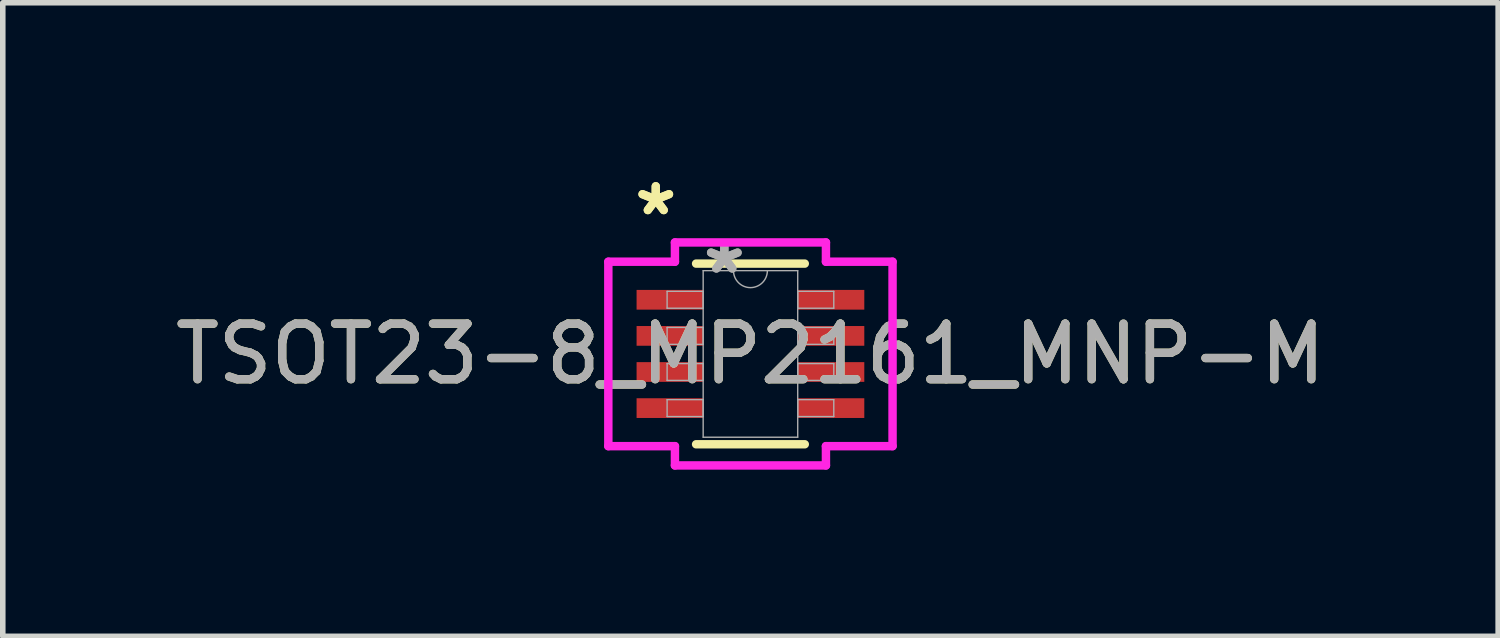
<source format=kicad_pcb>
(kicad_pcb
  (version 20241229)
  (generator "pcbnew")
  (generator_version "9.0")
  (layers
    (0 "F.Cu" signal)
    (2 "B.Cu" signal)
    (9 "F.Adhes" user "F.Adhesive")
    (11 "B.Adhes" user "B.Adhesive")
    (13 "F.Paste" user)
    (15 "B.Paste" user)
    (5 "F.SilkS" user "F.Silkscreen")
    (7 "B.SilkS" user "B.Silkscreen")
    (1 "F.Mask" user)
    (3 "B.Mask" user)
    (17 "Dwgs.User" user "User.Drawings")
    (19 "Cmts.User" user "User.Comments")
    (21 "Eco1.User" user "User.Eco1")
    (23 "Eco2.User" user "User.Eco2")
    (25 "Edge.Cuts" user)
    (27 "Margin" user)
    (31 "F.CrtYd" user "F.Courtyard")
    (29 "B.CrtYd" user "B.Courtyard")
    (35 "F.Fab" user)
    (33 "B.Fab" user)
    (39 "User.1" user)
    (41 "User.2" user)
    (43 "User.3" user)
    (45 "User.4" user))
  (footprint "TSOT23-8_MP2161_MNP-M"
    (layer "F.Cu")
    (at 10.458 3.321)
    (property "Reference" "TSOT23-8_MP2161_MNP-M" (at 0 0 0) (unlocked yes) (layer "F.SilkS") (effects (font (size 1 1) (thickness 0.15))))
    (attr smd)
    (fp_line (start -0.978 1.626) (end 0.978 1.626) (stroke (width 0.152) (type solid)) (layer "F.SilkS"))
    (fp_line (start 0.978 -1.626) (end -0.978 -1.626) (stroke (width 0.152) (type solid)) (layer "F.SilkS"))
    (fp_line (start -2.558 -1.66) (end -1.359 -1.66) (stroke (width 0.152) (type solid)) (layer "F.CrtYd"))
    (fp_line (start -2.558 1.66) (end -2.558 -1.66) (stroke (width 0.152) (type solid)) (layer "F.CrtYd"))
    (fp_line (start -2.558 1.66) (end -1.359 1.66) (stroke (width 0.152) (type solid)) (layer "F.CrtYd"))
    (fp_line (start -1.359 -2.007) (end 1.359 -2.007) (stroke (width 0.152) (type solid)) (layer "F.CrtYd"))
    (fp_line (start -1.359 -1.66) (end -1.359 -2.007) (stroke (width 0.152) (type solid)) (layer "F.CrtYd"))
    (fp_line (start -1.359 2.007) (end -1.359 1.66) (stroke (width 0.152) (type solid)) (layer "F.CrtYd"))
    (fp_line (start 1.359 -2.007) (end 1.359 -1.66) (stroke (width 0.152) (type solid)) (layer "F.CrtYd"))
    (fp_line (start 1.359 1.66) (end 1.359 2.007) (stroke (width 0.152) (type solid)) (layer "F.CrtYd"))
    (fp_line (start 1.359 2.007) (end -1.359 2.007) (stroke (width 0.152) (type solid)) (layer "F.CrtYd"))
    (fp_line (start 2.558 -1.66) (end 1.359 -1.66) (stroke (width 0.152) (type solid)) (layer "F.CrtYd"))
    (fp_line (start 2.558 -1.66) (end 2.558 1.66) (stroke (width 0.152) (type solid)) (layer "F.CrtYd"))
    (fp_line (start 2.558 1.66) (end 1.359 1.66) (stroke (width 0.152) (type solid)) (layer "F.CrtYd"))
    (fp_line (start -1.5 -1.127) (end -1.5 -0.823) (stroke (width 0.025) (type solid)) (layer "F.Fab"))
    (fp_line (start -1.5 -0.823) (end -0.851 -0.823) (stroke (width 0.025) (type solid)) (layer "F.Fab"))
    (fp_line (start -1.5 -0.477) (end -1.5 -0.173) (stroke (width 0.025) (type solid)) (layer "F.Fab"))
    (fp_line (start -1.5 -0.173) (end -0.851 -0.173) (stroke (width 0.025) (type solid)) (layer "F.Fab"))
    (fp_line (start -1.5 0.173) (end -1.5 0.477) (stroke (width 0.025) (type solid)) (layer "F.Fab"))
    (fp_line (start -1.5 0.477) (end -0.851 0.477) (stroke (width 0.025) (type solid)) (layer "F.Fab"))
    (fp_line (start -1.5 0.823) (end -1.5 1.127) (stroke (width 0.025) (type solid)) (layer "F.Fab"))
    (fp_line (start -1.5 1.127) (end -0.851 1.127) (stroke (width 0.025) (type solid)) (layer "F.Fab"))
    (fp_line (start -0.851 -1.499) (end -0.851 1.499) (stroke (width 0.025) (type solid)) (layer "F.Fab"))
    (fp_line (start -0.851 -1.127) (end -1.5 -1.127) (stroke (width 0.025) (type solid)) (layer "F.Fab"))
    (fp_line (start -0.851 -0.823) (end -0.851 -1.127) (stroke (width 0.025) (type solid)) (layer "F.Fab"))
    (fp_line (start -0.851 -0.477) (end -1.5 -0.477) (stroke (width 0.025) (type solid)) (layer "F.Fab"))
    (fp_line (start -0.851 -0.173) (end -0.851 -0.477) (stroke (width 0.025) (type solid)) (layer "F.Fab"))
    (fp_line (start -0.851 0.173) (end -1.5 0.173) (stroke (width 0.025) (type solid)) (layer "F.Fab"))
    (fp_line (start -0.851 0.477) (end -0.851 0.173) (stroke (width 0.025) (type solid)) (layer "F.Fab"))
    (fp_line (start -0.851 0.823) (end -1.5 0.823) (stroke (width 0.025) (type solid)) (layer "F.Fab"))
    (fp_line (start -0.851 1.127) (end -0.851 0.823) (stroke (width 0.025) (type solid)) (layer "F.Fab"))
    (fp_line (start -0.851 1.499) (end 0.851 1.499) (stroke (width 0.025) (type solid)) (layer "F.Fab"))
    (fp_line (start 0.851 -1.499) (end -0.851 -1.499) (stroke (width 0.025) (type solid)) (layer "F.Fab"))
    (fp_line (start 0.851 -1.127) (end 0.851 -0.823) (stroke (width 0.025) (type solid)) (layer "F.Fab"))
    (fp_line (start 0.851 -0.823) (end 1.5 -0.823) (stroke (width 0.025) (type solid)) (layer "F.Fab"))
    (fp_line (start 0.851 -0.477) (end 0.851 -0.173) (stroke (width 0.025) (type solid)) (layer "F.Fab"))
    (fp_line (start 0.851 -0.173) (end 1.5 -0.173) (stroke (width 0.025) (type solid)) (layer "F.Fab"))
    (fp_line (start 0.851 0.173) (end 0.851 0.477) (stroke (width 0.025) (type solid)) (layer "F.Fab"))
    (fp_line (start 0.851 0.477) (end 1.5 0.477) (stroke (width 0.025) (type solid)) (layer "F.Fab"))
    (fp_line (start 0.851 0.823) (end 0.851 1.127) (stroke (width 0.025) (type solid)) (layer "F.Fab"))
    (fp_line (start 0.851 1.127) (end 1.5 1.127) (stroke (width 0.025) (type solid)) (layer "F.Fab"))
    (fp_line (start 0.851 1.499) (end 0.851 -1.499) (stroke (width 0.025) (type solid)) (layer "F.Fab"))
    (fp_line (start 1.5 -1.127) (end 0.851 -1.127) (stroke (width 0.025) (type solid)) (layer "F.Fab"))
    (fp_line (start 1.5 -0.823) (end 1.5 -1.127) (stroke (width 0.025) (type solid)) (layer "F.Fab"))
    (fp_line (start 1.5 -0.477) (end 0.851 -0.477) (stroke (width 0.025) (type solid)) (layer "F.Fab"))
    (fp_line (start 1.5 -0.173) (end 1.5 -0.477) (stroke (width 0.025) (type solid)) (layer "F.Fab"))
    (fp_line (start 1.5 0.173) (end 0.851 0.173) (stroke (width 0.025) (type solid)) (layer "F.Fab"))
    (fp_line (start 1.5 0.477) (end 1.5 0.173) (stroke (width 0.025) (type solid)) (layer "F.Fab"))
    (fp_line (start 1.5 0.823) (end 0.851 0.823) (stroke (width 0.025) (type solid)) (layer "F.Fab"))
    (fp_line (start 1.5 1.127) (end 1.5 0.823) (stroke (width 0.025) (type solid)) (layer "F.Fab"))
    (fp_arc (start 0.3048 -1.4986) (mid 0 -1.1938) (end -0.3048 -1.4986) (stroke (width 0.0254) (type solid)) (layer "F.Fab"))
    (fp_text user "*" (at -1.704 -2.473 0) (unlocked yes) (layer "F.SilkS") (effects (font (size 1 1) (thickness 0.15))))
    (fp_text user "*" (at -1.704 -2.473 0) (layer "F.SilkS") (effects (font (size 1 1) (thickness 0.15))))
    (fp_text user "*" (at -0.47 -1.422 0) (unlocked yes) (layer "F.Fab") (effects (font (size 1 1) (thickness 0.15))))
    (fp_text user "*" (at -0.47 -1.422 0) (layer "F.Fab") (effects (font (size 1 1) (thickness 0.15))))
    (fp_text user "${REFERENCE}" (at 0 0 0) (unlocked yes) (layer "F.Fab") (effects (font (size 1 1) (thickness 0.15))))
    (pad "1" smd rect (at -1.45 -0.975) (size 1.199 0.355) (layers "F.Cu" "F.Mask" "F.Paste"))
    (pad "2" smd rect (at -1.45 -0.325) (size 1.199 0.355) (layers "F.Cu" "F.Mask" "F.Paste"))
    (pad "3" smd rect (at -1.45 0.325) (size 1.199 0.355) (layers "F.Cu" "F.Mask" "F.Paste"))
    (pad "4" smd rect (at -1.45 0.975) (size 1.199 0.355) (layers "F.Cu" "F.Mask" "F.Paste"))
    (pad "5" smd rect (at 1.45 0.975) (size 1.199 0.355) (layers "F.Cu" "F.Mask" "F.Paste"))
    (pad "6" smd rect (at 1.45 0.325) (size 1.199 0.355) (layers "F.Cu" "F.Mask" "F.Paste"))
    (pad "7" smd rect (at 1.45 -0.325) (size 1.199 0.355) (layers "F.Cu" "F.Mask" "F.Paste"))
    (pad "8" smd rect (at 1.45 -0.975) (size 1.199 0.355) (layers "F.Cu" "F.Mask" "F.Paste")))
  (gr_rect
    (start -3 -3)
    (end 23.917 8.404)
    (stroke (width 0.1) (type default))
    (fill no)
    (layer "Edge.Cuts")))
</source>
